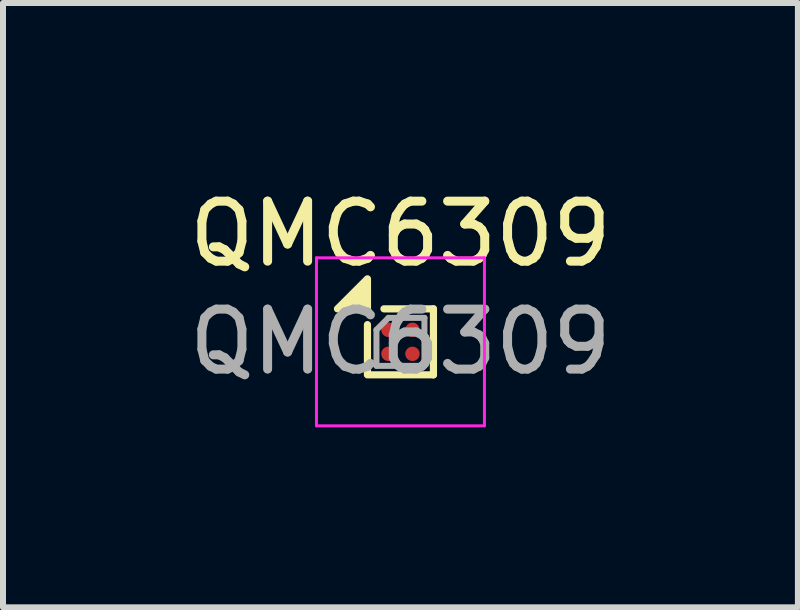
<source format=kicad_pcb>
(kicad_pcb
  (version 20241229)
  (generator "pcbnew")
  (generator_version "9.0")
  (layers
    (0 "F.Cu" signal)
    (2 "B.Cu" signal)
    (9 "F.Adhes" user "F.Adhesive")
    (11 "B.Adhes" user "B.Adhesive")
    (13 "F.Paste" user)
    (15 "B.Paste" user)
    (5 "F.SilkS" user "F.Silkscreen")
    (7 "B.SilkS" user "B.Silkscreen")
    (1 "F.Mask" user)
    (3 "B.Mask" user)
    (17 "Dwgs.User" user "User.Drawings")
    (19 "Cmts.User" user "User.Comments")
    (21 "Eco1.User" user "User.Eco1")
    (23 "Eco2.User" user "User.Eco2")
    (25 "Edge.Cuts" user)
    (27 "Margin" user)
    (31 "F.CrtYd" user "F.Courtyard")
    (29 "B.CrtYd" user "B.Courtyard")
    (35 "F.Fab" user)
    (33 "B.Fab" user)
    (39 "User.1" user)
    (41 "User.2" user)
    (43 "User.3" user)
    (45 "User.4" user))
  (footprint "QMC6309"
    (layer "F.Cu")
    (at 3.625 2.648)
    (property "Reference" "QMC6309" (at 0 -1.8 0) (unlocked yes) (layer "F.SilkS") (effects (font (size 1 1) (thickness 0.15))))
    (attr smd)
    (fp_line (start -0.55 -0.287) (end -0.55 0.537) (stroke (width 0.12) (type default)) (layer "F.SilkS"))
    (fp_line (start 0.55 -0.55) (end -0.275 -0.55) (stroke (width 0.12) (type default)) (layer "F.SilkS"))
    (fp_line (start 0.55 -0.55) (end 0.55 0.55) (stroke (width 0.12) (type default)) (layer "F.SilkS"))
    (fp_line (start 0.55 0.55) (end -0.55 0.55) (stroke (width 0.12) (type default)) (layer "F.SilkS"))
    (fp_poly (pts (xy -0.55 -0.55) (xy -1.05 -0.55) (xy -0.55 -1.05) (xy -0.55 -0.55)) (stroke (width 0.12) (type solid)) (fill yes) (layer "F.SilkS"))
    (fp_line (start -1.4 -1.4) (end -1.4 1.4) (stroke (width 0.05) (type default)) (layer "F.CrtYd"))
    (fp_line (start -1.4 1.4) (end 1.4 1.4) (stroke (width 0.05) (type default)) (layer "F.CrtYd"))
    (fp_line (start 1.4 -1.4) (end -1.4 -1.4) (stroke (width 0.05) (type default)) (layer "F.CrtYd"))
    (fp_line (start 1.4 1.4) (end 1.4 -1.4) (stroke (width 0.05) (type default)) (layer "F.CrtYd"))
    (fp_line (start -0.4 -0.2) (end -0.2 -0.4) (stroke (width 0.1) (type default)) (layer "F.Fab"))
    (fp_line (start -0.4 0.4) (end -0.4 -0.2) (stroke (width 0.1) (type default)) (layer "F.Fab"))
    (fp_line (start -0.2 -0.4) (end 0.4 -0.4) (stroke (width 0.1) (type default)) (layer "F.Fab"))
    (fp_line (start 0.4 -0.4) (end 0.4 0.4) (stroke (width 0.1) (type default)) (layer "F.Fab"))
    (fp_line (start 0.4 0.4) (end -0.4 0.4) (stroke (width 0.1) (type default)) (layer "F.Fab"))
    (fp_text user "${REFERENCE}" (at 0 0 0) (unlocked yes) (layer "F.Fab") (effects (font (size 1 1) (thickness 0.15))))
    (pad "A1" smd circle (at -0.2 -0.2 180) (size 0.24 0.24) (property pad_prop_bga) (layers "F.Cu" "F.Mask" "F.Paste"))
    (pad "A2" smd circle (at 0.2 -0.2 180) (size 0.24 0.24) (property pad_prop_bga) (layers "F.Cu" "F.Mask" "F.Paste"))
    (pad "B1" smd circle (at -0.2 0.2 180) (size 0.24 0.24) (property pad_prop_bga) (layers "F.Cu" "F.Mask" "F.Paste"))
    (pad "B2" smd circle (at 0.2 0.2 180) (size 0.24 0.24) (property pad_prop_bga) (layers "F.Cu" "F.Mask" "F.Paste")))
  (gr_rect
    (start -3 -3)
    (end 10.25 7.073)
    (stroke (width 0.1) (type default))
    (fill no)
    (layer "Edge.Cuts")))
</source>
